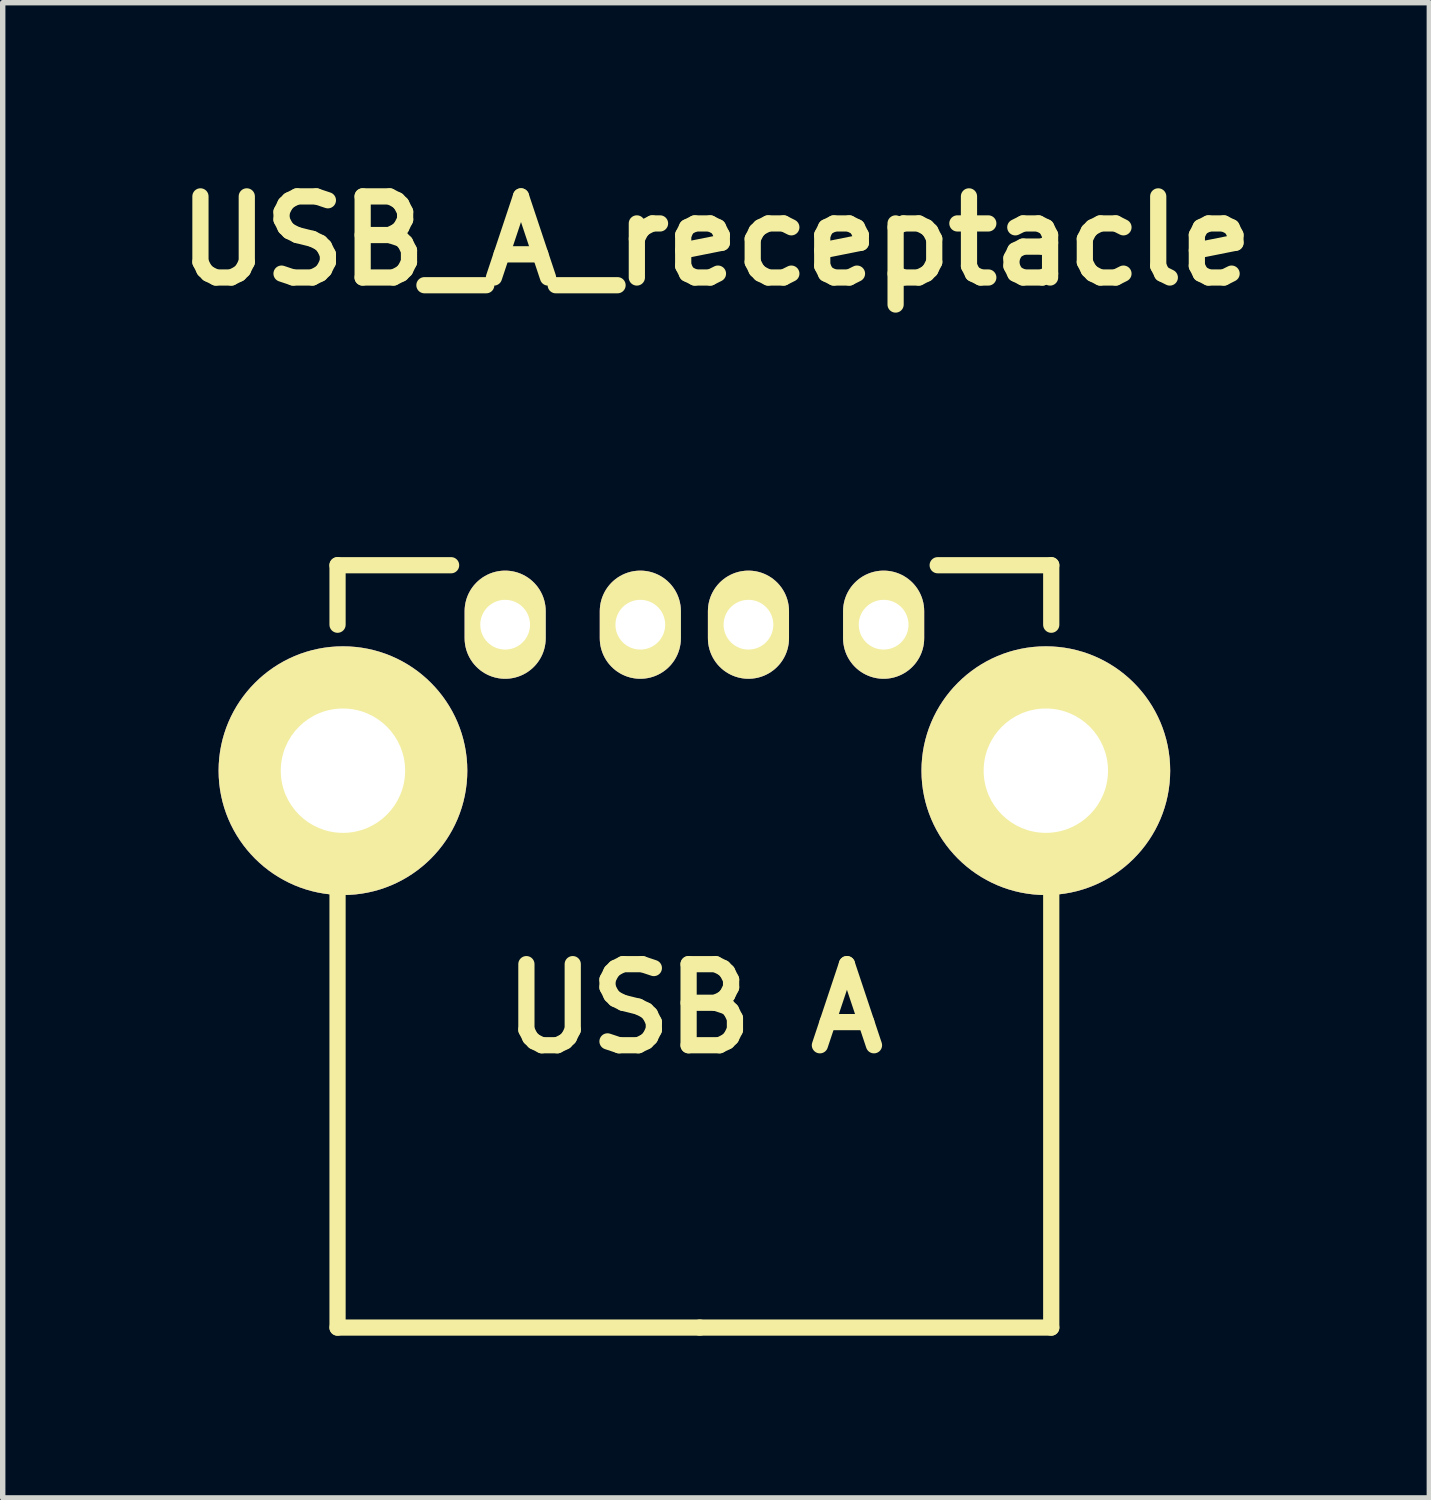
<source format=kicad_pcb>
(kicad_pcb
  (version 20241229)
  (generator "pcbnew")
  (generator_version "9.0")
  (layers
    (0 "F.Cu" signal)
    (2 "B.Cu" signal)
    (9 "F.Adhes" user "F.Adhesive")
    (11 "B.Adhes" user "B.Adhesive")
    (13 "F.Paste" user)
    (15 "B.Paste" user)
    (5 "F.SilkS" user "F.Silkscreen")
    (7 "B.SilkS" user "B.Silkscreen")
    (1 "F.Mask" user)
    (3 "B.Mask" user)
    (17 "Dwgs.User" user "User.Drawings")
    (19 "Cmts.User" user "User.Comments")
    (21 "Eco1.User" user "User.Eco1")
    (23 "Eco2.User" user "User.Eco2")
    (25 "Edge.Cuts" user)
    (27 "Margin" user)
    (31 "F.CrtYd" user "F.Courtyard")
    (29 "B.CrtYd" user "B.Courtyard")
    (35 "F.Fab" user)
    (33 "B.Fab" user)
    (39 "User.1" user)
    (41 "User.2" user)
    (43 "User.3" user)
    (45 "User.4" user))
  (footprint "USB_A_receptacle"
    (layer "F.Cu")
    (at 9.793 8.504)
    (property "Reference" "USB_A_receptacle" (at 0.4 -7.1 0) (layer "F.SilkS") (effects (font (size 1.5 1.5) (thickness 0.3))))
    (attr through_hole)
    (fp_line (start -6.6 -1.1) (end -6.6 0) (stroke (width 0.3) (type solid)) (layer "F.SilkS"))
    (fp_line (start -6.6 13) (end -6.6 4.1) (stroke (width 0.3) (type solid)) (layer "F.SilkS"))
    (fp_line (start -6.6 13) (end 0.1 13) (stroke (width 0.3) (type solid)) (layer "F.SilkS"))
    (fp_line (start -4.5 -1.1) (end -6.6 -1.1) (stroke (width 0.3) (type solid)) (layer "F.SilkS"))
    (fp_line (start 0.1 13) (end 6.6 13) (stroke (width 0.3) (type solid)) (layer "F.SilkS"))
    (fp_line (start 4.5 -1.1) (end 6.6 -1.1) (stroke (width 0.3) (type solid)) (layer "F.SilkS"))
    (fp_line (start 6.6 -1.1) (end 6.6 0) (stroke (width 0.3) (type solid)) (layer "F.SilkS"))
    (fp_line (start 6.6 13) (end 6.6 4.1) (stroke (width 0.3) (type solid)) (layer "F.SilkS"))
    (fp_text user "USB A" (at 0 7.1 0) (layer "F.SilkS") (effects (font (size 1.5 1.5) (thickness 0.3))))
    (pad "1" thru_hole oval (at -3.5 0) (size 1.5 2) (drill 0.92) (layers "*.Cu" "*.Mask" "F.SilkS"))
    (pad "2" thru_hole oval (at -1 0) (size 1.5 2) (drill 0.92) (layers "*.Cu" "*.Mask" "F.SilkS"))
    (pad "3" thru_hole oval (at 1 0) (size 1.5 2) (drill 0.92) (layers "*.Cu" "*.Mask" "F.SilkS"))
    (pad "4" thru_hole oval (at 3.5 0) (size 1.5 2) (drill 0.92) (layers "*.Cu" "*.Mask" "F.SilkS"))
    (pad "5" thru_hole circle (at -6.5 2.7) (size 4.6 4.6) (drill 2.3) (layers "*.Cu" "*.Mask" "F.SilkS"))
    (pad "5" thru_hole circle (at 6.5 2.7) (size 4.6 4.6) (drill 2.3) (layers "*.Cu" "*.Mask" "F.SilkS")))
  (gr_rect
    (start -3 -3)
    (end 23.386 24.654)
    (stroke (width 0.1) (type default))
    (fill no)
    (layer "Edge.Cuts")))
</source>
